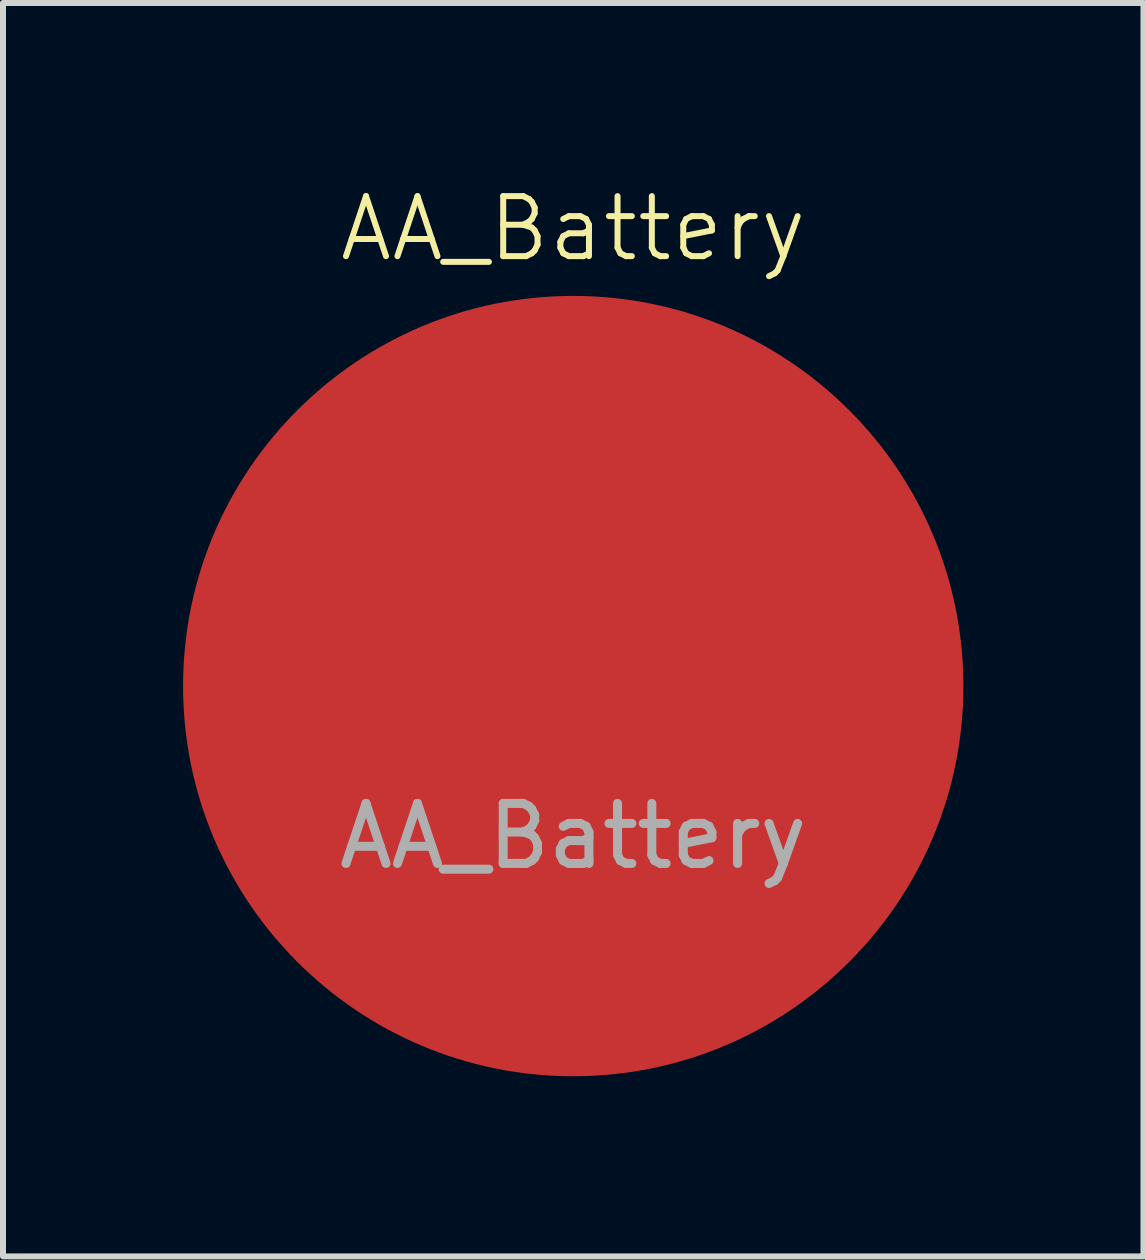
<source format=kicad_pcb>
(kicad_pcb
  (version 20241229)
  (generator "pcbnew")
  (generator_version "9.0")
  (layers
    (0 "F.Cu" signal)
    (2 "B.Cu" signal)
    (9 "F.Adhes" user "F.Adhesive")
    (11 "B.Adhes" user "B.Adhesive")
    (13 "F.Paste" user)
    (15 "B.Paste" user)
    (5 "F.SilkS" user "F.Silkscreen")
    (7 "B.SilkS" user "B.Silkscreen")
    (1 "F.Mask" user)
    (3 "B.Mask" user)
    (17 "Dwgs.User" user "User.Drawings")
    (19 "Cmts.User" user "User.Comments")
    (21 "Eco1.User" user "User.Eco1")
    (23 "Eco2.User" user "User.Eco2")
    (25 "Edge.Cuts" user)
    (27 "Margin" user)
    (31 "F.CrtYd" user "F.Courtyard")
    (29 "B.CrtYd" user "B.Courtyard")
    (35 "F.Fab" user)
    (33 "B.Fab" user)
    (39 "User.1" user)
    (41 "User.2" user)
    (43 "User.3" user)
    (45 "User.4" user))
  (footprint "AA_Battery"
    (layer "F.Cu")
    (at 6.5 8.38)
    (property "Reference" "AA_Battery" (at 0 -7.62 0) (unlocked yes) (layer "F.SilkS") (effects (font (size 1 1) (thickness 0.1))))
    (fp_text user "${REFERENCE}" (at 0 2.5 0) (unlocked yes) (layer "F.Fab") (effects (font (size 1 1) (thickness 0.15))))
    (pad "1" smd circle (at 0 0) (size 13 13) (layers "F.Cu" "F.Mask" "F.Paste")))
  (gr_rect
    (start -3 -3)
    (end 16 17.881)
    (stroke (width 0.1) (type default))
    (fill no)
    (layer "Edge.Cuts")))
</source>
